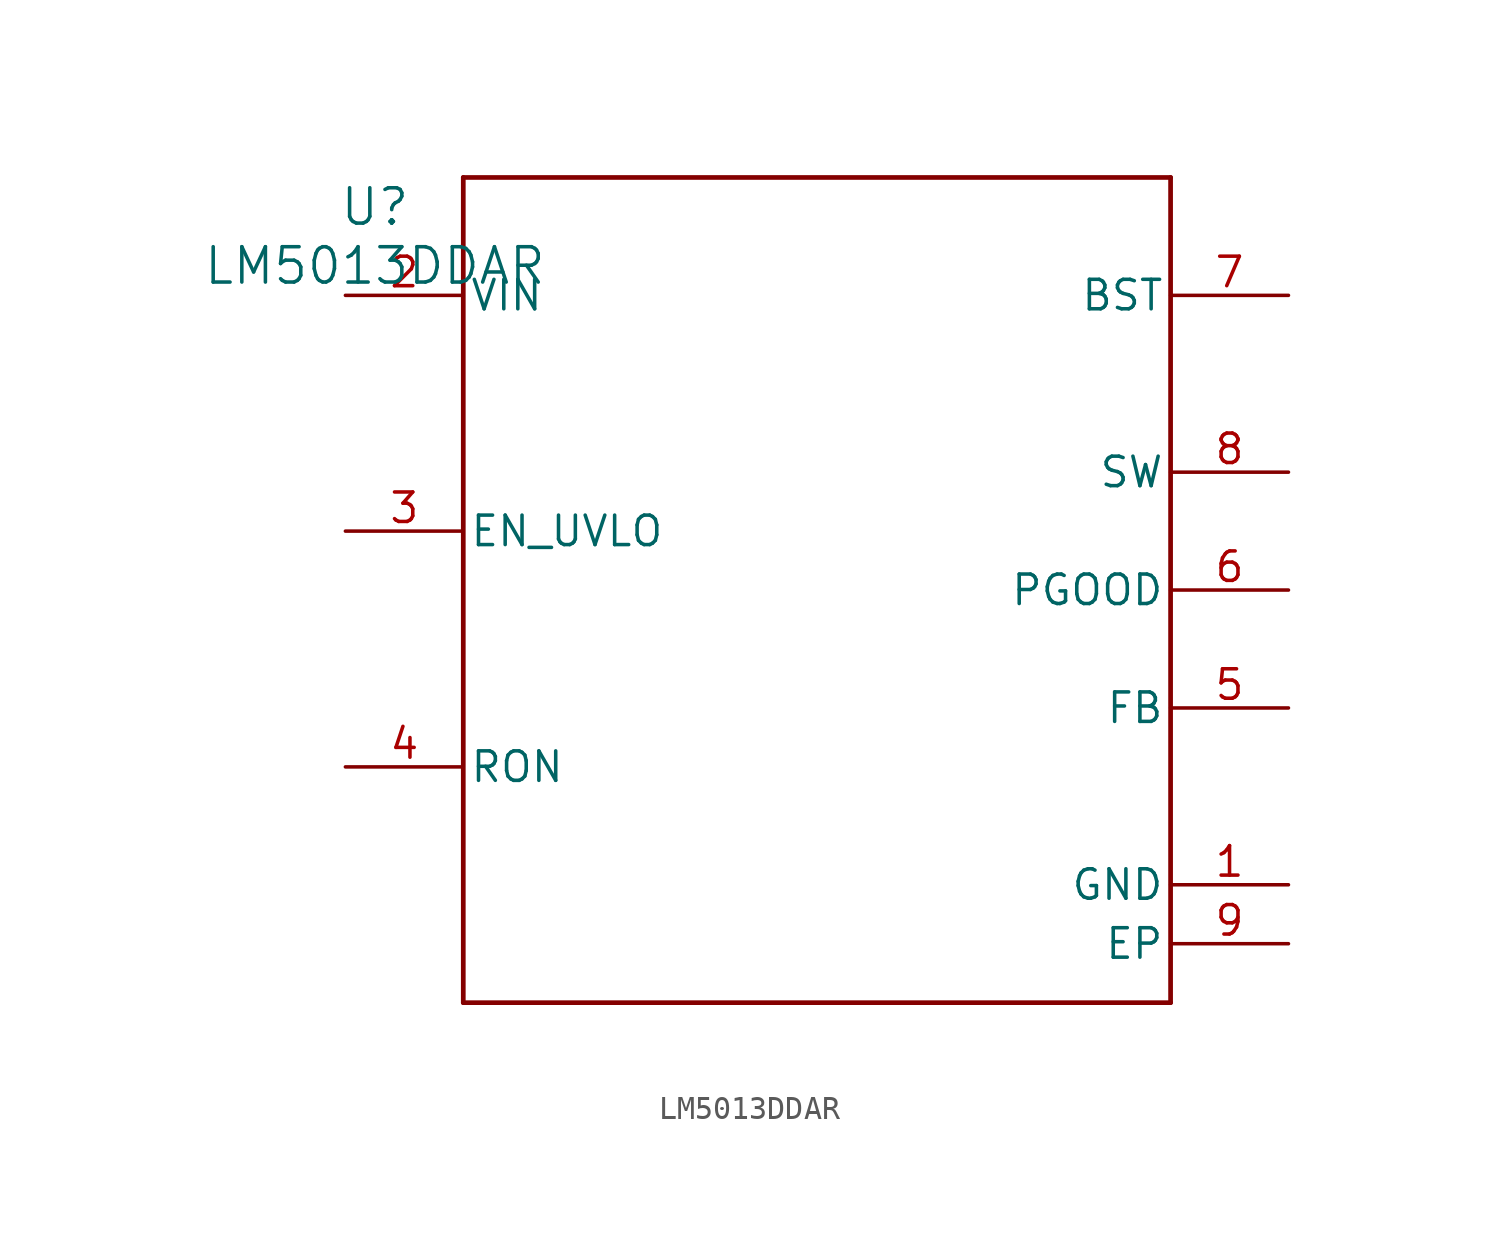
<source format=kicad_sym>
(kicad_symbol_lib
  (version 20211014)
  (generator kicad_symbol_editor)
  (symbol "LM5013DDAR"
    (pin_names
      (offset 0.254))
    (property "Reference" "U"
      (at 0 2.54 0)
      (effects (font (size 1.524 1.524))))
    (property "Value" "LM5013DDAR"
      (at 0 0 0)
      (effects (font (size 1.524 1.524))))
    (symbol "LM5013DDAR_0_1"
      (polyline (pts (xy 3.81 -31.75) (xy 34.29 -31.75)) (stroke (width 0.203) (type default) (color 0 0 0 0)) (fill (type none)))
      (polyline (pts (xy 34.29 -31.75) (xy 34.29 3.81)) (stroke (width 0.203) (type default) (color 0 0 0 0)) (fill (type none)))
      (polyline (pts (xy 34.29 3.81) (xy 3.81 3.81)) (stroke (width 0.203) (type default) (color 0 0 0 0)) (fill (type none)))
      (polyline (pts (xy 3.81 3.81) (xy 3.81 -31.75)) (stroke (width 0.203) (type default) (color 0 0 0 0)) (fill (type none)))
      (pin power_in line (at 39.37 -26.67 180) (length 5.08) (name "GND" (effects (font (size 1.27 1.27)))) (number "1" (effects (font (size 1.27 1.27)))))
      (pin power_in line (at -1.27 -1.27 0) (length 5.08) (name "VIN" (effects (font (size 1.27 1.27)))) (number "2" (effects (font (size 1.27 1.27)))))
      (pin input line (at -1.27 -11.43 0) (length 5.08) (name "EN_UVLO" (effects (font (size 1.27 1.27)))) (number "3" (effects (font (size 1.27 1.27)))))
      (pin unspecified line (at -1.27 -21.59 0) (length 5.08) (name "RON" (effects (font (size 1.27 1.27)))) (number "4" (effects (font (size 1.27 1.27)))))
      (pin unspecified line (at 39.37 -19.05 180) (length 5.08) (name "FB" (effects (font (size 1.27 1.27)))) (number "5" (effects (font (size 1.27 1.27)))))
      (pin open_collector line (at 39.37 -13.97 180) (length 5.08) (name "PGOOD" (effects (font (size 1.27 1.27)))) (number "6" (effects (font (size 1.27 1.27)))))
      (pin power_in line (at 39.37 -1.27 180) (length 5.08) (name "BST" (effects (font (size 1.27 1.27)))) (number "7" (effects (font (size 1.27 1.27)))))
      (pin power_in line (at 39.37 -8.89 180) (length 5.08) (name "SW" (effects (font (size 1.27 1.27)))) (number "8" (effects (font (size 1.27 1.27)))))
      (pin unspecified line (at 39.37 -29.21 180) (length 5.08) (name "EP" (effects (font (size 1.27 1.27)))) (number "9" (effects (font (size 1.27 1.27))))))))
</source>
